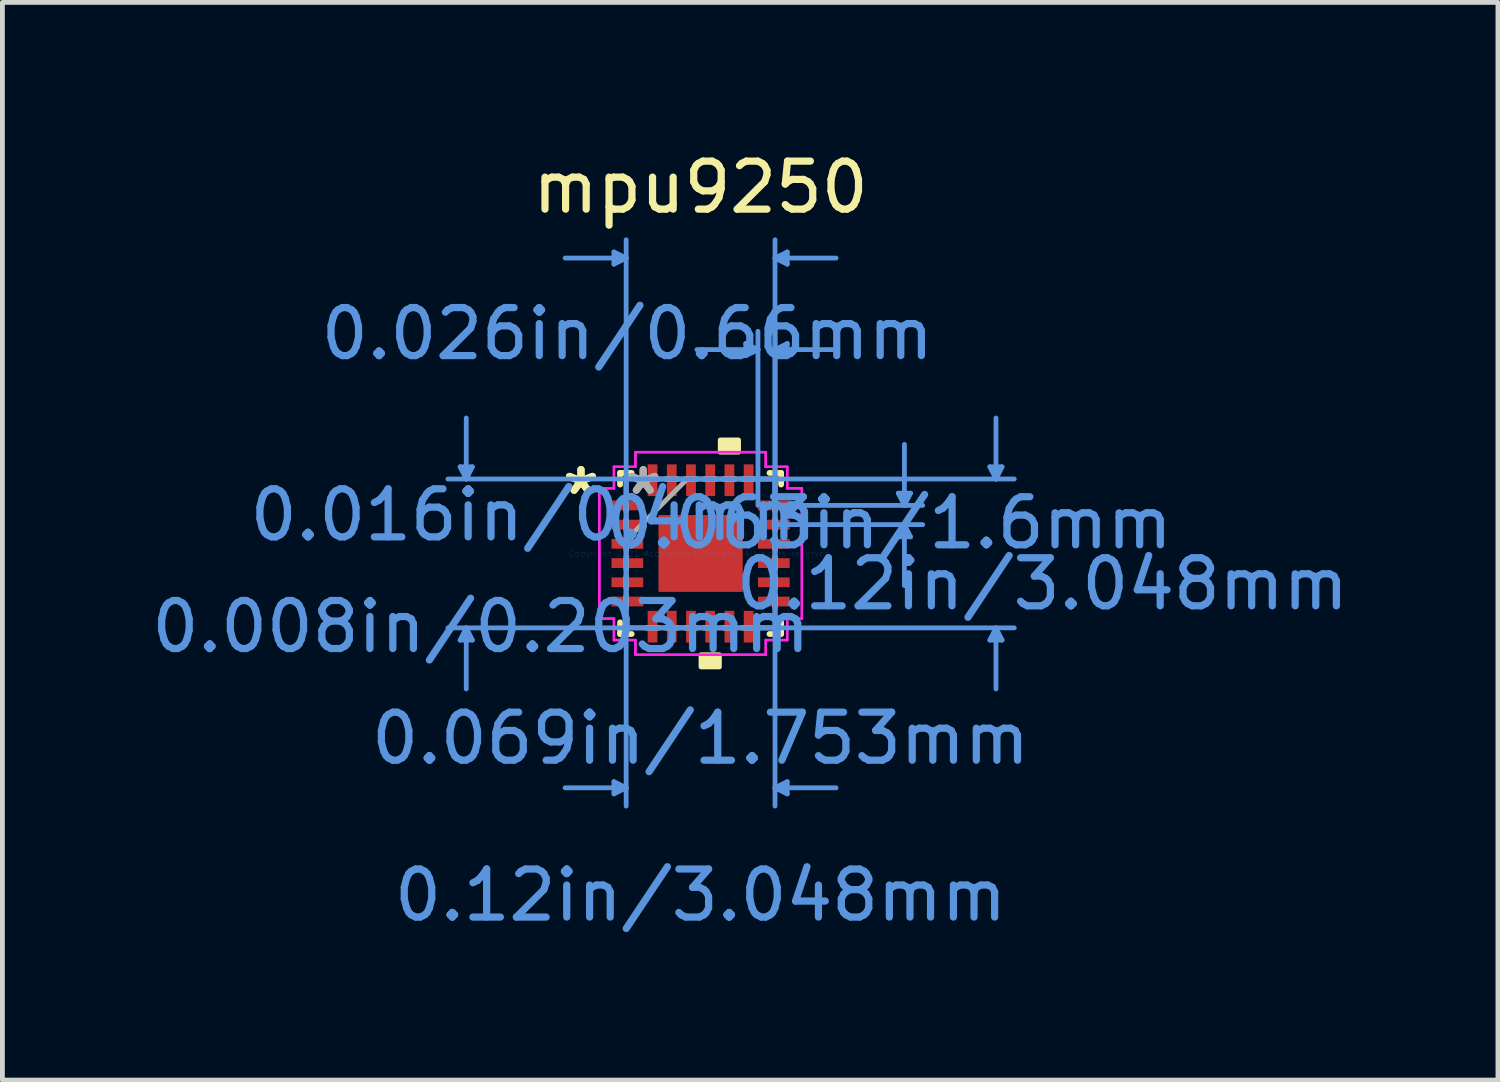
<source format=kicad_pcb>
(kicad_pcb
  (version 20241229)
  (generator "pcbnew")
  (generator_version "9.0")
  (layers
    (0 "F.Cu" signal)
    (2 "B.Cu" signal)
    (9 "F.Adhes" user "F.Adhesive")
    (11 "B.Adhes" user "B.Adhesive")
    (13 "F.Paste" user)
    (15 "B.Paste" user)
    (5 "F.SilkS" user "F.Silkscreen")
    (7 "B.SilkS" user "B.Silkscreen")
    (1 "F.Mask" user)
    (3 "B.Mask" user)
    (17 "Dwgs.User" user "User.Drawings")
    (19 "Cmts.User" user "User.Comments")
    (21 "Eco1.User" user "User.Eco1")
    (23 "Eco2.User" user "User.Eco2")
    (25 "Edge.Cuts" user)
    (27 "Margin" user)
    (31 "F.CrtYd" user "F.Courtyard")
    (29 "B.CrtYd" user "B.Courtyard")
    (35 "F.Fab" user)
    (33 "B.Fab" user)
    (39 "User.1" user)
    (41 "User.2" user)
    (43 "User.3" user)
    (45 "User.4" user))
  (footprint "mpu9250"
    (layer "F.Cu")
    (at 11.53 8.468)
    (property "Reference" "mpu9250" (at 0 -7.62 0) (layer "F.SilkS") (effects (font (size 1 1) (thickness 0.15))))
    (attr through_hole)
    (fp_line (start -1.676 -1.676) (end -1.676 -1.434) (stroke (width 0.12) (type solid)) (layer "F.SilkS"))
    (fp_line (start -1.676 1.434) (end -1.676 1.676) (stroke (width 0.12) (type solid)) (layer "F.SilkS"))
    (fp_line (start -1.676 1.676) (end -1.434 1.676) (stroke (width 0.12) (type solid)) (layer "F.SilkS"))
    (fp_line (start -1.434 -1.676) (end -1.676 -1.676) (stroke (width 0.12) (type solid)) (layer "F.SilkS"))
    (fp_line (start 1.434 1.676) (end 1.676 1.676) (stroke (width 0.12) (type solid)) (layer "F.SilkS"))
    (fp_line (start 1.676 -1.676) (end 1.434 -1.676) (stroke (width 0.12) (type solid)) (layer "F.SilkS"))
    (fp_line (start 1.676 -1.434) (end 1.676 -1.676) (stroke (width 0.12) (type solid)) (layer "F.SilkS"))
    (fp_line (start 1.676 1.676) (end 1.676 1.434) (stroke (width 0.12) (type solid)) (layer "F.SilkS"))
    (fp_poly (pts (xy 0.009 2.108) (xy 0.009 2.362) (xy 0.391 2.362) (xy 0.391 2.108)) (stroke (width 0.1) (type solid)) (fill yes) (layer "F.SilkS"))
    (fp_poly (pts (xy 0.409 -2.108) (xy 0.409 -2.362) (xy 0.79 -2.362) (xy 0.79 -2.108)) (stroke (width 0.1) (type solid)) (fill yes) (layer "F.SilkS"))
    (fp_line (start -5.004 -1.803) (end -4.75 -1.803) (stroke (width 0.1) (type solid)) (layer "Cmts.User"))
    (fp_line (start -5.004 1.803) (end -4.75 1.803) (stroke (width 0.1) (type solid)) (layer "Cmts.User"))
    (fp_line (start -4.877 -1.549) (end -5.004 -1.803) (stroke (width 0.1) (type solid)) (layer "Cmts.User"))
    (fp_line (start -4.877 -1.549) (end -4.877 -2.819) (stroke (width 0.1) (type solid)) (layer "Cmts.User"))
    (fp_line (start -4.877 -1.549) (end -4.75 -1.803) (stroke (width 0.1) (type solid)) (layer "Cmts.User"))
    (fp_line (start -4.877 1.549) (end -5.004 1.803) (stroke (width 0.1) (type solid)) (layer "Cmts.User"))
    (fp_line (start -4.877 1.549) (end -4.877 2.819) (stroke (width 0.1) (type solid)) (layer "Cmts.User"))
    (fp_line (start -4.877 1.549) (end -4.75 1.803) (stroke (width 0.1) (type solid)) (layer "Cmts.User"))
    (fp_line (start -1.803 -6.274) (end -1.803 -6.02) (stroke (width 0.1) (type solid)) (layer "Cmts.User"))
    (fp_line (start -1.803 4.75) (end -1.803 5.004) (stroke (width 0.1) (type solid)) (layer "Cmts.User"))
    (fp_line (start -1.549 -6.147) (end -2.819 -6.147) (stroke (width 0.1) (type solid)) (layer "Cmts.User"))
    (fp_line (start -1.549 -6.147) (end -1.803 -6.274) (stroke (width 0.1) (type solid)) (layer "Cmts.User"))
    (fp_line (start -1.549 -6.147) (end -1.803 -6.02) (stroke (width 0.1) (type solid)) (layer "Cmts.User"))
    (fp_line (start -1.549 -1.549) (end -1.549 5.258) (stroke (width 0.1) (type solid)) (layer "Cmts.User"))
    (fp_line (start -1.549 -1) (end -1.549 -6.528) (stroke (width 0.1) (type solid)) (layer "Cmts.User"))
    (fp_line (start -1.549 4.877) (end -2.819 4.877) (stroke (width 0.1) (type solid)) (layer "Cmts.User"))
    (fp_line (start -1.549 4.877) (end -1.803 4.75) (stroke (width 0.1) (type solid)) (layer "Cmts.User"))
    (fp_line (start -1.549 4.877) (end -1.803 5.004) (stroke (width 0.1) (type solid)) (layer "Cmts.User"))
    (fp_line (start 0.94 -4.369) (end 0.94 -4.115) (stroke (width 0.1) (type solid)) (layer "Cmts.User"))
    (fp_line (start 1 -1.549) (end 6.528 -1.549) (stroke (width 0.1) (type solid)) (layer "Cmts.User"))
    (fp_line (start 1 1.549) (end 6.528 1.549) (stroke (width 0.1) (type solid)) (layer "Cmts.User"))
    (fp_line (start 1.194 -4.242) (end -0.076 -4.242) (stroke (width 0.1) (type solid)) (layer "Cmts.User"))
    (fp_line (start 1.194 -4.242) (end 0.94 -4.369) (stroke (width 0.1) (type solid)) (layer "Cmts.User"))
    (fp_line (start 1.194 -4.242) (end 0.94 -4.115) (stroke (width 0.1) (type solid)) (layer "Cmts.User"))
    (fp_line (start 1.194 -1) (end 1.194 -4.623) (stroke (width 0.1) (type solid)) (layer "Cmts.User"))
    (fp_line (start 1.524 -1) (end 4.623 -1) (stroke (width 0.1) (type solid)) (layer "Cmts.User"))
    (fp_line (start 1.524 -0.6) (end 4.623 -0.6) (stroke (width 0.1) (type solid)) (layer "Cmts.User"))
    (fp_line (start 1.549 -6.147) (end 1.803 -6.274) (stroke (width 0.1) (type solid)) (layer "Cmts.User"))
    (fp_line (start 1.549 -6.147) (end 1.803 -6.02) (stroke (width 0.1) (type solid)) (layer "Cmts.User"))
    (fp_line (start 1.549 -6.147) (end 2.819 -6.147) (stroke (width 0.1) (type solid)) (layer "Cmts.User"))
    (fp_line (start 1.549 -4.242) (end 1.803 -4.369) (stroke (width 0.1) (type solid)) (layer "Cmts.User"))
    (fp_line (start 1.549 -4.242) (end 1.803 -4.115) (stroke (width 0.1) (type solid)) (layer "Cmts.User"))
    (fp_line (start 1.549 -4.242) (end 2.819 -4.242) (stroke (width 0.1) (type solid)) (layer "Cmts.User"))
    (fp_line (start 1.549 -1.549) (end -5.258 -1.549) (stroke (width 0.1) (type solid)) (layer "Cmts.User"))
    (fp_line (start 1.549 -1.549) (end 1.549 5.258) (stroke (width 0.1) (type solid)) (layer "Cmts.User"))
    (fp_line (start 1.549 -1) (end 1.549 -6.528) (stroke (width 0.1) (type solid)) (layer "Cmts.User"))
    (fp_line (start 1.549 -1) (end 1.549 -4.623) (stroke (width 0.1) (type solid)) (layer "Cmts.User"))
    (fp_line (start 1.549 1.549) (end -5.258 1.549) (stroke (width 0.1) (type solid)) (layer "Cmts.User"))
    (fp_line (start 1.549 4.877) (end 1.803 4.75) (stroke (width 0.1) (type solid)) (layer "Cmts.User"))
    (fp_line (start 1.549 4.877) (end 1.803 5.004) (stroke (width 0.1) (type solid)) (layer "Cmts.User"))
    (fp_line (start 1.549 4.877) (end 2.819 4.877) (stroke (width 0.1) (type solid)) (layer "Cmts.User"))
    (fp_line (start 1.803 -6.274) (end 1.803 -6.02) (stroke (width 0.1) (type solid)) (layer "Cmts.User"))
    (fp_line (start 1.803 -4.369) (end 1.803 -4.115) (stroke (width 0.1) (type solid)) (layer "Cmts.User"))
    (fp_line (start 1.803 4.75) (end 1.803 5.004) (stroke (width 0.1) (type solid)) (layer "Cmts.User"))
    (fp_line (start 4.115 -1.254) (end 4.369 -1.254) (stroke (width 0.1) (type solid)) (layer "Cmts.User"))
    (fp_line (start 4.115 -0.346) (end 4.369 -0.346) (stroke (width 0.1) (type solid)) (layer "Cmts.User"))
    (fp_line (start 4.242 -1) (end 4.115 -1.254) (stroke (width 0.1) (type solid)) (layer "Cmts.User"))
    (fp_line (start 4.242 -1) (end 4.242 -2.27) (stroke (width 0.1) (type solid)) (layer "Cmts.User"))
    (fp_line (start 4.242 -1) (end 4.369 -1.254) (stroke (width 0.1) (type solid)) (layer "Cmts.User"))
    (fp_line (start 4.242 -0.6) (end 4.115 -0.346) (stroke (width 0.1) (type solid)) (layer "Cmts.User"))
    (fp_line (start 4.242 -0.6) (end 4.242 0.67) (stroke (width 0.1) (type solid)) (layer "Cmts.User"))
    (fp_line (start 4.242 -0.6) (end 4.369 -0.346) (stroke (width 0.1) (type solid)) (layer "Cmts.User"))
    (fp_line (start 6.02 -1.803) (end 6.274 -1.803) (stroke (width 0.1) (type solid)) (layer "Cmts.User"))
    (fp_line (start 6.02 1.803) (end 6.274 1.803) (stroke (width 0.1) (type solid)) (layer "Cmts.User"))
    (fp_line (start 6.147 -1.549) (end 6.02 -1.803) (stroke (width 0.1) (type solid)) (layer "Cmts.User"))
    (fp_line (start 6.147 -1.549) (end 6.147 -2.819) (stroke (width 0.1) (type solid)) (layer "Cmts.User"))
    (fp_line (start 6.147 -1.549) (end 6.274 -1.803) (stroke (width 0.1) (type solid)) (layer "Cmts.User"))
    (fp_line (start 6.147 1.549) (end 6.02 1.803) (stroke (width 0.1) (type solid)) (layer "Cmts.User"))
    (fp_line (start 6.147 1.549) (end 6.147 2.819) (stroke (width 0.1) (type solid)) (layer "Cmts.User"))
    (fp_line (start 6.147 1.549) (end 6.274 1.803) (stroke (width 0.1) (type solid)) (layer "Cmts.User"))
    (fp_line (start -2.108 -1.356) (end -1.803 -1.356) (stroke (width 0.05) (type solid)) (layer "F.CrtYd"))
    (fp_line (start -2.108 -1.356) (end -1.803 -1.356) (stroke (width 0.05) (type solid)) (layer "F.CrtYd"))
    (fp_line (start -2.108 1.356) (end -2.108 -1.356) (stroke (width 0.05) (type solid)) (layer "F.CrtYd"))
    (fp_line (start -2.108 1.356) (end -2.108 -1.356) (stroke (width 0.05) (type solid)) (layer "F.CrtYd"))
    (fp_line (start -1.803 -1.803) (end -1.356 -1.803) (stroke (width 0.05) (type solid)) (layer "F.CrtYd"))
    (fp_line (start -1.803 -1.803) (end -1.356 -1.803) (stroke (width 0.05) (type solid)) (layer "F.CrtYd"))
    (fp_line (start -1.803 -1.356) (end -1.803 -1.803) (stroke (width 0.05) (type solid)) (layer "F.CrtYd"))
    (fp_line (start -1.803 -1.356) (end -1.803 -1.803) (stroke (width 0.05) (type solid)) (layer "F.CrtYd"))
    (fp_line (start -1.803 1.356) (end -2.108 1.356) (stroke (width 0.05) (type solid)) (layer "F.CrtYd"))
    (fp_line (start -1.803 1.356) (end -2.108 1.356) (stroke (width 0.05) (type solid)) (layer "F.CrtYd"))
    (fp_line (start -1.803 1.803) (end -1.803 1.356) (stroke (width 0.05) (type solid)) (layer "F.CrtYd"))
    (fp_line (start -1.803 1.803) (end -1.803 1.356) (stroke (width 0.05) (type solid)) (layer "F.CrtYd"))
    (fp_line (start -1.356 -2.108) (end 1.356 -2.108) (stroke (width 0.05) (type solid)) (layer "F.CrtYd"))
    (fp_line (start -1.356 -2.108) (end 1.356 -2.108) (stroke (width 0.05) (type solid)) (layer "F.CrtYd"))
    (fp_line (start -1.356 -1.803) (end -1.356 -2.108) (stroke (width 0.05) (type solid)) (layer "F.CrtYd"))
    (fp_line (start -1.356 -1.803) (end -1.356 -2.108) (stroke (width 0.05) (type solid)) (layer "F.CrtYd"))
    (fp_line (start -1.356 1.803) (end -1.803 1.803) (stroke (width 0.05) (type solid)) (layer "F.CrtYd"))
    (fp_line (start -1.356 1.803) (end -1.803 1.803) (stroke (width 0.05) (type solid)) (layer "F.CrtYd"))
    (fp_line (start -1.356 2.108) (end -1.356 1.803) (stroke (width 0.05) (type solid)) (layer "F.CrtYd"))
    (fp_line (start -1.356 2.108) (end -1.356 1.803) (stroke (width 0.05) (type solid)) (layer "F.CrtYd"))
    (fp_line (start 1.356 -2.108) (end 1.356 -1.803) (stroke (width 0.05) (type solid)) (layer "F.CrtYd"))
    (fp_line (start 1.356 -2.108) (end 1.356 -1.803) (stroke (width 0.05) (type solid)) (layer "F.CrtYd"))
    (fp_line (start 1.356 -1.803) (end 1.803 -1.803) (stroke (width 0.05) (type solid)) (layer "F.CrtYd"))
    (fp_line (start 1.356 -1.803) (end 1.803 -1.803) (stroke (width 0.05) (type solid)) (layer "F.CrtYd"))
    (fp_line (start 1.356 1.803) (end 1.356 2.108) (stroke (width 0.05) (type solid)) (layer "F.CrtYd"))
    (fp_line (start 1.356 1.803) (end 1.356 2.108) (stroke (width 0.05) (type solid)) (layer "F.CrtYd"))
    (fp_line (start 1.356 2.108) (end -1.356 2.108) (stroke (width 0.05) (type solid)) (layer "F.CrtYd"))
    (fp_line (start 1.356 2.108) (end -1.356 2.108) (stroke (width 0.05) (type solid)) (layer "F.CrtYd"))
    (fp_line (start 1.803 -1.803) (end 1.803 -1.356) (stroke (width 0.05) (type solid)) (layer "F.CrtYd"))
    (fp_line (start 1.803 -1.803) (end 1.803 -1.356) (stroke (width 0.05) (type solid)) (layer "F.CrtYd"))
    (fp_line (start 1.803 -1.356) (end 2.108 -1.356) (stroke (width 0.05) (type solid)) (layer "F.CrtYd"))
    (fp_line (start 1.803 -1.356) (end 2.108 -1.356) (stroke (width 0.05) (type solid)) (layer "F.CrtYd"))
    (fp_line (start 1.803 1.356) (end 1.803 1.803) (stroke (width 0.05) (type solid)) (layer "F.CrtYd"))
    (fp_line (start 1.803 1.356) (end 1.803 1.803) (stroke (width 0.05) (type solid)) (layer "F.CrtYd"))
    (fp_line (start 1.803 1.803) (end 1.356 1.803) (stroke (width 0.05) (type solid)) (layer "F.CrtYd"))
    (fp_line (start 1.803 1.803) (end 1.356 1.803) (stroke (width 0.05) (type solid)) (layer "F.CrtYd"))
    (fp_line (start 2.108 -1.356) (end 2.108 1.356) (stroke (width 0.05) (type solid)) (layer "F.CrtYd"))
    (fp_line (start 2.108 -1.356) (end 2.108 1.356) (stroke (width 0.05) (type solid)) (layer "F.CrtYd"))
    (fp_line (start 2.108 1.356) (end 1.803 1.356) (stroke (width 0.05) (type solid)) (layer "F.CrtYd"))
    (fp_line (start 2.108 1.356) (end 1.803 1.356) (stroke (width 0.05) (type solid)) (layer "F.CrtYd"))
    (fp_line (start -1.549 -1.549) (end -1.549 -1.549) (stroke (width 0.1) (type solid)) (layer "F.Fab"))
    (fp_line (start -1.549 -1.549) (end -1.549 1.549) (stroke (width 0.1) (type solid)) (layer "F.Fab"))
    (fp_line (start -1.549 -1.127) (end -1.549 -1.127) (stroke (width 0.1) (type solid)) (layer "F.Fab"))
    (fp_line (start -1.549 -1.127) (end -1.549 -0.873) (stroke (width 0.1) (type solid)) (layer "F.Fab"))
    (fp_line (start -1.549 -0.873) (end -1.549 -1.127) (stroke (width 0.1) (type solid)) (layer "F.Fab"))
    (fp_line (start -1.549 -0.873) (end -1.549 -0.873) (stroke (width 0.1) (type solid)) (layer "F.Fab"))
    (fp_line (start -1.549 -0.727) (end -1.549 -0.727) (stroke (width 0.1) (type solid)) (layer "F.Fab"))
    (fp_line (start -1.549 -0.727) (end -1.549 -0.473) (stroke (width 0.1) (type solid)) (layer "F.Fab"))
    (fp_line (start -1.549 -0.473) (end -1.549 -0.727) (stroke (width 0.1) (type solid)) (layer "F.Fab"))
    (fp_line (start -1.549 -0.473) (end -1.549 -0.473) (stroke (width 0.1) (type solid)) (layer "F.Fab"))
    (fp_line (start -1.549 -0.327) (end -1.549 -0.327) (stroke (width 0.1) (type solid)) (layer "F.Fab"))
    (fp_line (start -1.549 -0.327) (end -1.549 -0.073) (stroke (width 0.1) (type solid)) (layer "F.Fab"))
    (fp_line (start -1.549 -0.279) (end -0.279 -1.549) (stroke (width 0.1) (type solid)) (layer "F.Fab"))
    (fp_line (start -1.549 -0.073) (end -1.549 -0.327) (stroke (width 0.1) (type solid)) (layer "F.Fab"))
    (fp_line (start -1.549 -0.073) (end -1.549 -0.073) (stroke (width 0.1) (type solid)) (layer "F.Fab"))
    (fp_line (start -1.549 0.073) (end -1.549 0.073) (stroke (width 0.1) (type solid)) (layer "F.Fab"))
    (fp_line (start -1.549 0.073) (end -1.549 0.327) (stroke (width 0.1) (type solid)) (layer "F.Fab"))
    (fp_line (start -1.549 0.327) (end -1.549 0.073) (stroke (width 0.1) (type solid)) (layer "F.Fab"))
    (fp_line (start -1.549 0.327) (end -1.549 0.327) (stroke (width 0.1) (type solid)) (layer "F.Fab"))
    (fp_line (start -1.549 0.473) (end -1.549 0.473) (stroke (width 0.1) (type solid)) (layer "F.Fab"))
    (fp_line (start -1.549 0.473) (end -1.549 0.727) (stroke (width 0.1) (type solid)) (layer "F.Fab"))
    (fp_line (start -1.549 0.727) (end -1.549 0.473) (stroke (width 0.1) (type solid)) (layer "F.Fab"))
    (fp_line (start -1.549 0.727) (end -1.549 0.727) (stroke (width 0.1) (type solid)) (layer "F.Fab"))
    (fp_line (start -1.549 0.873) (end -1.549 0.873) (stroke (width 0.1) (type solid)) (layer "F.Fab"))
    (fp_line (start -1.549 0.873) (end -1.549 1.127) (stroke (width 0.1) (type solid)) (layer "F.Fab"))
    (fp_line (start -1.549 1.127) (end -1.549 0.873) (stroke (width 0.1) (type solid)) (layer "F.Fab"))
    (fp_line (start -1.549 1.127) (end -1.549 1.127) (stroke (width 0.1) (type solid)) (layer "F.Fab"))
    (fp_line (start -1.549 1.549) (end -1.549 1.549) (stroke (width 0.1) (type solid)) (layer "F.Fab"))
    (fp_line (start -1.549 1.549) (end 1.549 1.549) (stroke (width 0.1) (type solid)) (layer "F.Fab"))
    (fp_line (start -1.127 -1.549) (end -1.127 -1.549) (stroke (width 0.1) (type solid)) (layer "F.Fab"))
    (fp_line (start -1.127 -1.549) (end -0.873 -1.549) (stroke (width 0.1) (type solid)) (layer "F.Fab"))
    (fp_line (start -1.127 1.549) (end -1.127 1.549) (stroke (width 0.1) (type solid)) (layer "F.Fab"))
    (fp_line (start -1.127 1.549) (end -0.873 1.549) (stroke (width 0.1) (type solid)) (layer "F.Fab"))
    (fp_line (start -0.873 -1.549) (end -1.127 -1.549) (stroke (width 0.1) (type solid)) (layer "F.Fab"))
    (fp_line (start -0.873 -1.549) (end -0.873 -1.549) (stroke (width 0.1) (type solid)) (layer "F.Fab"))
    (fp_line (start -0.873 1.549) (end -1.127 1.549) (stroke (width 0.1) (type solid)) (layer "F.Fab"))
    (fp_line (start -0.873 1.549) (end -0.873 1.549) (stroke (width 0.1) (type solid)) (layer "F.Fab"))
    (fp_line (start -0.727 -1.549) (end -0.727 -1.549) (stroke (width 0.1) (type solid)) (layer "F.Fab"))
    (fp_line (start -0.727 -1.549) (end -0.473 -1.549) (stroke (width 0.1) (type solid)) (layer "F.Fab"))
    (fp_line (start -0.727 1.549) (end -0.727 1.549) (stroke (width 0.1) (type solid)) (layer "F.Fab"))
    (fp_line (start -0.727 1.549) (end -0.473 1.549) (stroke (width 0.1) (type solid)) (layer "F.Fab"))
    (fp_line (start -0.473 -1.549) (end -0.727 -1.549) (stroke (width 0.1) (type solid)) (layer "F.Fab"))
    (fp_line (start -0.473 -1.549) (end -0.473 -1.549) (stroke (width 0.1) (type solid)) (layer "F.Fab"))
    (fp_line (start -0.473 1.549) (end -0.727 1.549) (stroke (width 0.1) (type solid)) (layer "F.Fab"))
    (fp_line (start -0.473 1.549) (end -0.473 1.549) (stroke (width 0.1) (type solid)) (layer "F.Fab"))
    (fp_line (start -0.327 -1.549) (end -0.327 -1.549) (stroke (width 0.1) (type solid)) (layer "F.Fab"))
    (fp_line (start -0.327 -1.549) (end -0.073 -1.549) (stroke (width 0.1) (type solid)) (layer "F.Fab"))
    (fp_line (start -0.327 1.549) (end -0.327 1.549) (stroke (width 0.1) (type solid)) (layer "F.Fab"))
    (fp_line (start -0.327 1.549) (end -0.073 1.549) (stroke (width 0.1) (type solid)) (layer "F.Fab"))
    (fp_line (start -0.073 -1.549) (end -0.327 -1.549) (stroke (width 0.1) (type solid)) (layer "F.Fab"))
    (fp_line (start -0.073 -1.549) (end -0.073 -1.549) (stroke (width 0.1) (type solid)) (layer "F.Fab"))
    (fp_line (start -0.073 1.549) (end -0.327 1.549) (stroke (width 0.1) (type solid)) (layer "F.Fab"))
    (fp_line (start -0.073 1.549) (end -0.073 1.549) (stroke (width 0.1) (type solid)) (layer "F.Fab"))
    (fp_line (start 0.073 -1.549) (end 0.073 -1.549) (stroke (width 0.1) (type solid)) (layer "F.Fab"))
    (fp_line (start 0.073 -1.549) (end 0.327 -1.549) (stroke (width 0.1) (type solid)) (layer "F.Fab"))
    (fp_line (start 0.073 1.549) (end 0.073 1.549) (stroke (width 0.1) (type solid)) (layer "F.Fab"))
    (fp_line (start 0.073 1.549) (end 0.327 1.549) (stroke (width 0.1) (type solid)) (layer "F.Fab"))
    (fp_line (start 0.327 -1.549) (end 0.073 -1.549) (stroke (width 0.1) (type solid)) (layer "F.Fab"))
    (fp_line (start 0.327 -1.549) (end 0.327 -1.549) (stroke (width 0.1) (type solid)) (layer "F.Fab"))
    (fp_line (start 0.327 1.549) (end 0.073 1.549) (stroke (width 0.1) (type solid)) (layer "F.Fab"))
    (fp_line (start 0.327 1.549) (end 0.327 1.549) (stroke (width 0.1) (type solid)) (layer "F.Fab"))
    (fp_line (start 0.473 -1.549) (end 0.473 -1.549) (stroke (width 0.1) (type solid)) (layer "F.Fab"))
    (fp_line (start 0.473 -1.549) (end 0.727 -1.549) (stroke (width 0.1) (type solid)) (layer "F.Fab"))
    (fp_line (start 0.473 1.549) (end 0.473 1.549) (stroke (width 0.1) (type solid)) (layer "F.Fab"))
    (fp_line (start 0.473 1.549) (end 0.727 1.549) (stroke (width 0.1) (type solid)) (layer "F.Fab"))
    (fp_line (start 0.727 -1.549) (end 0.473 -1.549) (stroke (width 0.1) (type solid)) (layer "F.Fab"))
    (fp_line (start 0.727 -1.549) (end 0.727 -1.549) (stroke (width 0.1) (type solid)) (layer "F.Fab"))
    (fp_line (start 0.727 1.549) (end 0.473 1.549) (stroke (width 0.1) (type solid)) (layer "F.Fab"))
    (fp_line (start 0.727 1.549) (end 0.727 1.549) (stroke (width 0.1) (type solid)) (layer "F.Fab"))
    (fp_line (start 0.873 -1.549) (end 0.873 -1.549) (stroke (width 0.1) (type solid)) (layer "F.Fab"))
    (fp_line (start 0.873 -1.549) (end 1.127 -1.549) (stroke (width 0.1) (type solid)) (layer "F.Fab"))
    (fp_line (start 0.873 1.549) (end 0.873 1.549) (stroke (width 0.1) (type solid)) (layer "F.Fab"))
    (fp_line (start 0.873 1.549) (end 1.127 1.549) (stroke (width 0.1) (type solid)) (layer "F.Fab"))
    (fp_line (start 1.127 -1.549) (end 0.873 -1.549) (stroke (width 0.1) (type solid)) (layer "F.Fab"))
    (fp_line (start 1.127 -1.549) (end 1.127 -1.549) (stroke (width 0.1) (type solid)) (layer "F.Fab"))
    (fp_line (start 1.127 1.549) (end 0.873 1.549) (stroke (width 0.1) (type solid)) (layer "F.Fab"))
    (fp_line (start 1.127 1.549) (end 1.127 1.549) (stroke (width 0.1) (type solid)) (layer "F.Fab"))
    (fp_line (start 1.549 -1.549) (end -1.549 -1.549) (stroke (width 0.1) (type solid)) (layer "F.Fab"))
    (fp_line (start 1.549 -1.549) (end 1.549 -1.549) (stroke (width 0.1) (type solid)) (layer "F.Fab"))
    (fp_line (start 1.549 -1.127) (end 1.549 -1.127) (stroke (width 0.1) (type solid)) (layer "F.Fab"))
    (fp_line (start 1.549 -1.127) (end 1.549 -0.873) (stroke (width 0.1) (type solid)) (layer "F.Fab"))
    (fp_line (start 1.549 -0.873) (end 1.549 -1.127) (stroke (width 0.1) (type solid)) (layer "F.Fab"))
    (fp_line (start 1.549 -0.873) (end 1.549 -0.873) (stroke (width 0.1) (type solid)) (layer "F.Fab"))
    (fp_line (start 1.549 -0.727) (end 1.549 -0.727) (stroke (width 0.1) (type solid)) (layer "F.Fab"))
    (fp_line (start 1.549 -0.727) (end 1.549 -0.473) (stroke (width 0.1) (type solid)) (layer "F.Fab"))
    (fp_line (start 1.549 -0.473) (end 1.549 -0.727) (stroke (width 0.1) (type solid)) (layer "F.Fab"))
    (fp_line (start 1.549 -0.473) (end 1.549 -0.473) (stroke (width 0.1) (type solid)) (layer "F.Fab"))
    (fp_line (start 1.549 -0.327) (end 1.549 -0.327) (stroke (width 0.1) (type solid)) (layer "F.Fab"))
    (fp_line (start 1.549 -0.327) (end 1.549 -0.073) (stroke (width 0.1) (type solid)) (layer "F.Fab"))
    (fp_line (start 1.549 -0.073) (end 1.549 -0.327) (stroke (width 0.1) (type solid)) (layer "F.Fab"))
    (fp_line (start 1.549 -0.073) (end 1.549 -0.073) (stroke (width 0.1) (type solid)) (layer "F.Fab"))
    (fp_line (start 1.549 0.073) (end 1.549 0.073) (stroke (width 0.1) (type solid)) (layer "F.Fab"))
    (fp_line (start 1.549 0.073) (end 1.549 0.327) (stroke (width 0.1) (type solid)) (layer "F.Fab"))
    (fp_line (start 1.549 0.327) (end 1.549 0.073) (stroke (width 0.1) (type solid)) (layer "F.Fab"))
    (fp_line (start 1.549 0.327) (end 1.549 0.327) (stroke (width 0.1) (type solid)) (layer "F.Fab"))
    (fp_line (start 1.549 0.473) (end 1.549 0.473) (stroke (width 0.1) (type solid)) (layer "F.Fab"))
    (fp_line (start 1.549 0.473) (end 1.549 0.727) (stroke (width 0.1) (type solid)) (layer "F.Fab"))
    (fp_line (start 1.549 0.727) (end 1.549 0.473) (stroke (width 0.1) (type solid)) (layer "F.Fab"))
    (fp_line (start 1.549 0.727) (end 1.549 0.727) (stroke (width 0.1) (type solid)) (layer "F.Fab"))
    (fp_line (start 1.549 0.873) (end 1.549 0.873) (stroke (width 0.1) (type solid)) (layer "F.Fab"))
    (fp_line (start 1.549 0.873) (end 1.549 1.127) (stroke (width 0.1) (type solid)) (layer "F.Fab"))
    (fp_line (start 1.549 1.127) (end 1.549 0.873) (stroke (width 0.1) (type solid)) (layer "F.Fab"))
    (fp_line (start 1.549 1.127) (end 1.549 1.127) (stroke (width 0.1) (type solid)) (layer "F.Fab"))
    (fp_line (start 1.549 1.549) (end 1.549 -1.549) (stroke (width 0.1) (type solid)) (layer "F.Fab"))
    (fp_line (start 1.549 1.549) (end 1.549 1.549) (stroke (width 0.1) (type solid)) (layer "F.Fab"))
    (fp_text user "*" (at -2.489 -1.2 0) (layer "F.SilkS") (effects (font (size 1 1) (thickness 0.15))))
    (fp_text user "*" (at -2.489 -1.2 0) (layer "F.SilkS") (effects (font (size 1 1) (thickness 0.15))))
    (fp_text user "Copyright 2021 Accelerated Designs. All rights reserved." (at 0 0 0) (layer "Cmts.User") (effects (font (size 0.127 0.127) (thickness 0.002))))
    (fp_text user "0.008in/0.203mm" (at -4.572 1.524 0) (layer "Cmts.User") (effects (font (size 1 1) (thickness 0.15))))
    (fp_text user "0.026in/0.66mm" (at -1.524 -4.572 0) (layer "Cmts.User") (effects (font (size 1 1) (thickness 0.15))))
    (fp_text user "0.069in/1.753mm" (at 0 3.848 0) (layer "Cmts.User") (effects (font (size 1 1) (thickness 0.15))))
    (fp_text user "0.12in/3.048mm" (at 0 7.112 0) (layer "Cmts.User") (effects (font (size 1 1) (thickness 0.15))))
    (fp_text user "0.063in/1.6mm" (at 3.924 -0.635 0) (layer "Cmts.User") (effects (font (size 1 1) (thickness 0.15))))
    (fp_text user "0.12in/3.048mm" (at 7.112 0.635 0) (layer "Cmts.User") (effects (font (size 1 1) (thickness 0.15))))
    (fp_text user "0.016in/0.4mm" (at -3.48 -0.8 0) (layer "Cmts.User") (effects (font (size 1 1) (thickness 0.15))))
    (fp_text user "*" (at -1.194 -1.2 0) (layer "F.Fab") (effects (font (size 1 1) (thickness 0.15))))
    (fp_text user "*" (at -1.194 -1.2 0) (layer "F.Fab") (effects (font (size 1 1) (thickness 0.15))))
    (pad "1" smd rect (at -1.524 -1 90) (size 0.203 0.66) (layers "F.Cu" "F.Mask" "F.Paste"))
    (pad "2" smd rect (at -1.524 -0.6 90) (size 0.203 0.66) (layers "F.Cu" "F.Mask" "F.Paste"))
    (pad "3" smd rect (at -1.524 -0.2 90) (size 0.203 0.66) (layers "F.Cu" "F.Mask" "F.Paste"))
    (pad "4" smd rect (at -1.524 0.2 90) (size 0.203 0.66) (layers "F.Cu" "F.Mask" "F.Paste"))
    (pad "5" smd rect (at -1.524 0.6 90) (size 0.203 0.66) (layers "F.Cu" "F.Mask" "F.Paste"))
    (pad "6" smd rect (at -1.524 1 90) (size 0.203 0.66) (layers "F.Cu" "F.Mask" "F.Paste"))
    (pad "7" smd rect (at -1 1.524) (size 0.203 0.66) (layers "F.Cu" "F.Mask" "F.Paste"))
    (pad "8" smd rect (at -0.6 1.524) (size 0.203 0.66) (layers "F.Cu" "F.Mask" "F.Paste"))
    (pad "9" smd rect (at -0.2 1.524) (size 0.203 0.66) (layers "F.Cu" "F.Mask" "F.Paste"))
    (pad "10" smd rect (at 0.2 1.524) (size 0.203 0.66) (layers "F.Cu" "F.Mask" "F.Paste"))
    (pad "11" smd rect (at 0.6 1.524) (size 0.203 0.66) (layers "F.Cu" "F.Mask" "F.Paste"))
    (pad "12" smd rect (at 1 1.524) (size 0.203 0.66) (layers "F.Cu" "F.Mask" "F.Paste"))
    (pad "13" smd rect (at 1.524 1 90) (size 0.203 0.66) (layers "F.Cu" "F.Mask" "F.Paste"))
    (pad "14" smd rect (at 1.524 0.6 90) (size 0.203 0.66) (layers "F.Cu" "F.Mask" "F.Paste"))
    (pad "15" smd rect (at 1.524 0.2 90) (size 0.203 0.66) (layers "F.Cu" "F.Mask" "F.Paste"))
    (pad "16" smd rect (at 1.524 -0.2 90) (size 0.203 0.66) (layers "F.Cu" "F.Mask" "F.Paste"))
    (pad "17" smd rect (at 1.524 -0.6 90) (size 0.203 0.66) (layers "F.Cu" "F.Mask" "F.Paste"))
    (pad "18" smd rect (at 1.524 -1 90) (size 0.203 0.66) (layers "F.Cu" "F.Mask" "F.Paste"))
    (pad "19" smd rect (at 1 -1.524) (size 0.203 0.66) (layers "F.Cu" "F.Mask" "F.Paste"))
    (pad "20" smd rect (at 0.6 -1.524) (size 0.203 0.66) (layers "F.Cu" "F.Mask" "F.Paste"))
    (pad "21" smd rect (at 0.2 -1.524) (size 0.203 0.66) (layers "F.Cu" "F.Mask" "F.Paste"))
    (pad "22" smd rect (at -0.2 -1.524) (size 0.203 0.66) (layers "F.Cu" "F.Mask" "F.Paste"))
    (pad "23" smd rect (at -0.6 -1.524) (size 0.203 0.66) (layers "F.Cu" "F.Mask" "F.Paste"))
    (pad "24" smd rect (at -1 -1.524) (size 0.203 0.66) (layers "F.Cu" "F.Mask" "F.Paste"))
    (pad "25" smd rect (at 0 0) (size 1.753 1.6) (layers "F.Cu" "F.Mask" "F.Paste")))
  (gr_rect
    (start -3 -3)
    (end 28.124 19.428)
    (stroke (width 0.1) (type default))
    (fill no)
    (layer "Edge.Cuts")))
</source>
